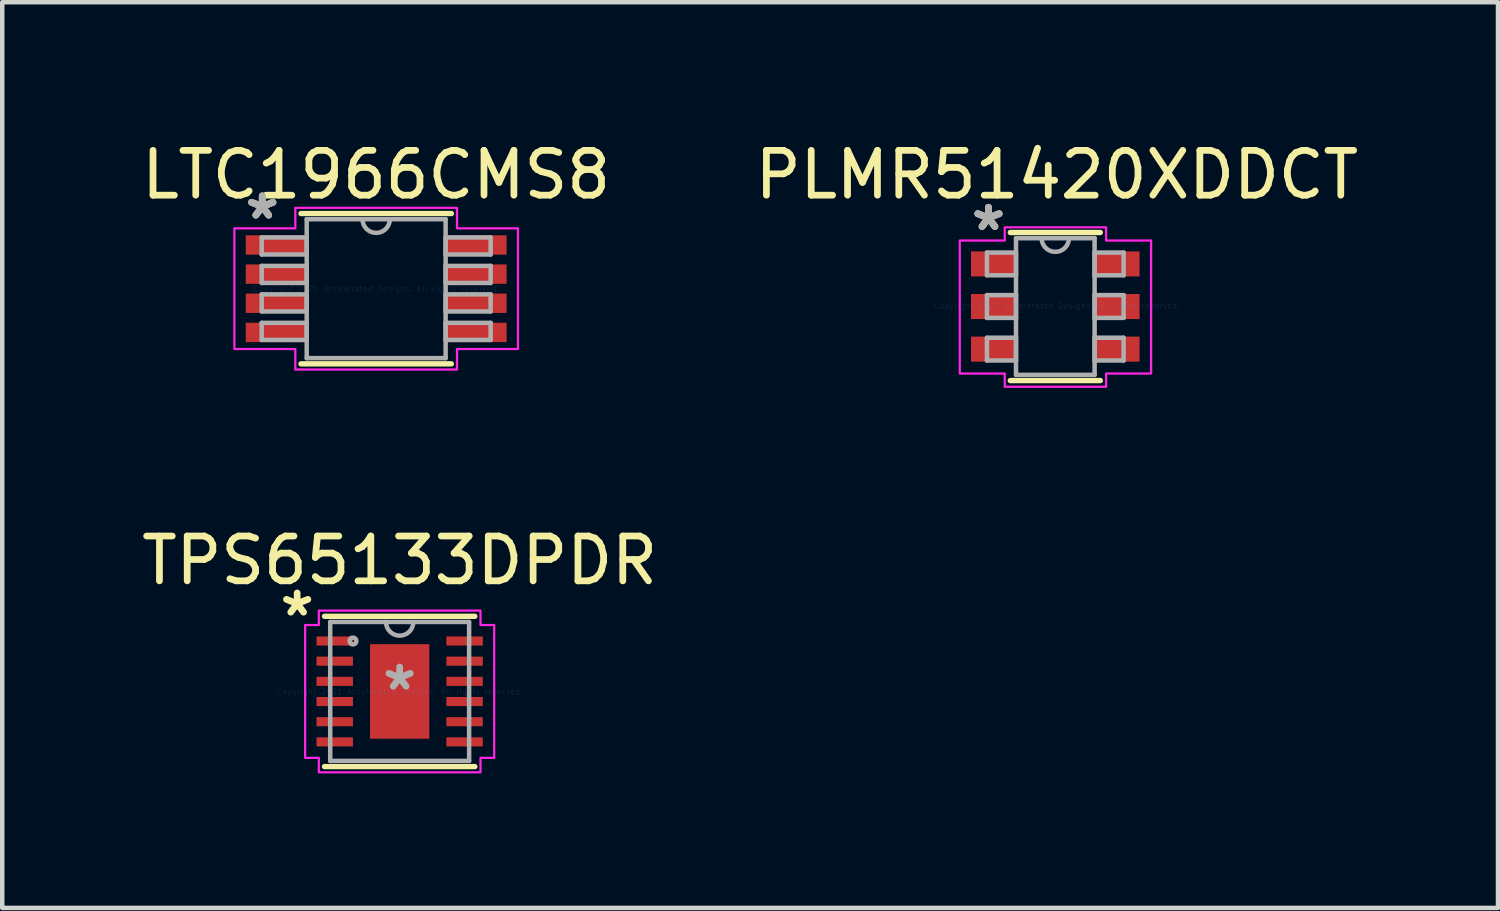
<source format=kicad_pcb>
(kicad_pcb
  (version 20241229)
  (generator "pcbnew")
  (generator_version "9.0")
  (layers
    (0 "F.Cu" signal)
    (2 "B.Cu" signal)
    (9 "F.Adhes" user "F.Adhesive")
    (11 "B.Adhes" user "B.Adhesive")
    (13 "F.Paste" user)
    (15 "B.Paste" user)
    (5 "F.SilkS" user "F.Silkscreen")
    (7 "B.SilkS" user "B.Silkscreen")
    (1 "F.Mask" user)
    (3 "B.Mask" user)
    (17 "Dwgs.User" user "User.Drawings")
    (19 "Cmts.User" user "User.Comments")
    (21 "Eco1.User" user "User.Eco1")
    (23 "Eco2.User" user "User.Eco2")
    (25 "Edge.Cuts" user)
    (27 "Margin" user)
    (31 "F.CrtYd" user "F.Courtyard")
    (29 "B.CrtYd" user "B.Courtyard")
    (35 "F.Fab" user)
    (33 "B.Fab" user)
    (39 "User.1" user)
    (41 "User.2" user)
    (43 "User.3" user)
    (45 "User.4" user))
  (footprint "TPS65133DPDR"
    (layer "F.Cu")
    (at 5.863 12.37)
    (property "Reference" "TPS65133DPDR" (at 0 -2.921 0) (layer "F.SilkS") (effects (font (size 1 1) (thickness 0.15))))
    (attr smd)
    (fp_line (start -1.676 1.676) (end 1.676 1.676) (stroke (width 0.12) (type solid)) (layer "F.SilkS"))
    (fp_line (start 1.676 -1.676) (end -1.676 -1.676) (stroke (width 0.12) (type solid)) (layer "F.SilkS"))
    (fp_poly (pts (xy 1.803 -1.481) (xy 2.108 -1.481) (xy 2.108 1.481) (xy 1.803 1.481) (xy 1.803 1.803) (xy -1.803 1.803) (xy -1.803 1.481) (xy -2.108 1.481) (xy -2.108 -1.481) (xy -1.803 -1.481) (xy -1.803 -1.803) (xy 1.803 -1.803)) (stroke (width 0.05) (type solid)) (fill no) (layer "F.CrtYd"))
    (fp_line (start -1.549 -1.549) (end -1.549 1.549) (stroke (width 0.1) (type solid)) (layer "F.Fab"))
    (fp_line (start -1.549 1.549) (end 1.549 1.549) (stroke (width 0.1) (type solid)) (layer "F.Fab"))
    (fp_line (start 1.549 -1.549) (end -1.549 -1.549) (stroke (width 0.1) (type solid)) (layer "F.Fab"))
    (fp_line (start 1.549 1.549) (end 1.549 -1.549) (stroke (width 0.1) (type solid)) (layer "F.Fab"))
    (fp_arc (start 0.3048 -1.5494) (mid 0 -1.2446) (end -0.3048 -1.5494) (stroke (width 0.1) (type solid)) (layer "F.Fab"))
    (fp_circle (center -1.041 -1.125) (end -0.965 -1.125) (stroke (width 0.1) (type solid)) (fill no) (layer "F.Fab"))
    (fp_text user "*" (at -2.286 -1.651 0) (layer "F.SilkS") (effects (font (size 1 1) (thickness 0.15))))
    (fp_text user "Copyright 2021 Accelerated Designs. All rights reserved." (at 0 0 0) (layer "Cmts.User") (effects (font (size 0.127 0.127) (thickness 0.002))))
    (fp_text user "*" (at 0 0 0) (layer "F.Fab") (effects (font (size 1 1) (thickness 0.15))))
    (pad "1" smd rect (at -1.448 -1.125) (size 0.813 0.203) (layers "F.Cu" "F.Mask" "F.Paste"))
    (pad "2" smd rect (at -1.448 -0.675) (size 0.813 0.203) (layers "F.Cu" "F.Mask" "F.Paste"))
    (pad "3" smd rect (at -1.448 -0.225) (size 0.813 0.203) (layers "F.Cu" "F.Mask" "F.Paste"))
    (pad "4" smd rect (at -1.448 0.225) (size 0.813 0.203) (layers "F.Cu" "F.Mask" "F.Paste"))
    (pad "5" smd rect (at -1.448 0.675) (size 0.813 0.203) (layers "F.Cu" "F.Mask" "F.Paste"))
    (pad "6" smd rect (at -1.448 1.125) (size 0.813 0.203) (layers "F.Cu" "F.Mask" "F.Paste"))
    (pad "7" smd rect (at 1.448 1.125) (size 0.813 0.203) (layers "F.Cu" "F.Mask" "F.Paste"))
    (pad "8" smd rect (at 1.448 0.675) (size 0.813 0.203) (layers "F.Cu" "F.Mask" "F.Paste"))
    (pad "9" smd rect (at 1.448 0.225) (size 0.813 0.203) (layers "F.Cu" "F.Mask" "F.Paste"))
    (pad "10" smd rect (at 1.448 -0.225) (size 0.813 0.203) (layers "F.Cu" "F.Mask" "F.Paste"))
    (pad "11" smd rect (at 1.448 -0.675) (size 0.813 0.203) (layers "F.Cu" "F.Mask" "F.Paste"))
    (pad "12" smd rect (at 1.448 -1.125) (size 0.813 0.203) (layers "F.Cu" "F.Mask" "F.Paste"))
    (pad "13" smd rect (at 0 0) (size 1.321 2.108) (layers "F.Cu" "F.Mask" "F.Paste")))
  (footprint "PLMR51420XDDCT"
    (layer "F.Cu")
    (at 20.518 3.769)
    (property "Reference" "PLMR51420XDDCT" (at 0 -2.921 0) (layer "F.SilkS") (effects (font (size 1 1) (thickness 0.15))))
    (attr smd)
    (fp_line (start -1.037 1.668) (end 0.97 1.668) (stroke (width 0.12) (type solid)) (layer "F.SilkS"))
    (fp_line (start 0.97 -1.634) (end -1.037 -1.634) (stroke (width 0.12) (type solid)) (layer "F.SilkS"))
    (fp_poly (pts (xy 1.1 -1.455) (xy 2.103 -1.455) (xy 2.103 1.511) (xy 1.1 1.511) (xy 1.1 1.806) (xy -1.161 1.806) (xy -1.161 1.511) (xy -2.164 1.511) (xy -2.164 -1.455) (xy -1.161 -1.455) (xy -1.161 -1.75) (xy 1.1 -1.75)) (stroke (width 0.05) (type solid)) (fill no) (layer "F.CrtYd"))
    (fp_line (start -1.558 -1.187) (end -1.558 -0.679) (stroke (width 0.1) (type solid)) (layer "F.Fab"))
    (fp_line (start -1.558 -0.679) (end -0.91 -0.679) (stroke (width 0.1) (type solid)) (layer "F.Fab"))
    (fp_line (start -1.558 -0.237) (end -1.558 0.271) (stroke (width 0.1) (type solid)) (layer "F.Fab"))
    (fp_line (start -1.558 0.271) (end -0.91 0.271) (stroke (width 0.1) (type solid)) (layer "F.Fab"))
    (fp_line (start -1.558 0.713) (end -1.558 1.221) (stroke (width 0.1) (type solid)) (layer "F.Fab"))
    (fp_line (start -1.558 1.221) (end -0.91 1.221) (stroke (width 0.1) (type solid)) (layer "F.Fab"))
    (fp_line (start -0.91 -1.507) (end -0.91 1.541) (stroke (width 0.1) (type solid)) (layer "F.Fab"))
    (fp_line (start -0.91 -1.187) (end -1.558 -1.187) (stroke (width 0.1) (type solid)) (layer "F.Fab"))
    (fp_line (start -0.91 -0.679) (end -0.91 -1.187) (stroke (width 0.1) (type solid)) (layer "F.Fab"))
    (fp_line (start -0.91 -0.237) (end -1.558 -0.237) (stroke (width 0.1) (type solid)) (layer "F.Fab"))
    (fp_line (start -0.91 0.271) (end -0.91 -0.237) (stroke (width 0.1) (type solid)) (layer "F.Fab"))
    (fp_line (start -0.91 0.713) (end -1.558 0.713) (stroke (width 0.1) (type solid)) (layer "F.Fab"))
    (fp_line (start -0.91 1.221) (end -0.91 0.713) (stroke (width 0.1) (type solid)) (layer "F.Fab"))
    (fp_line (start -0.91 1.541) (end 0.843 1.541) (stroke (width 0.1) (type solid)) (layer "F.Fab"))
    (fp_line (start 0.843 -1.507) (end -0.91 -1.507) (stroke (width 0.1) (type solid)) (layer "F.Fab"))
    (fp_line (start 0.843 -1.187) (end 0.843 -0.679) (stroke (width 0.1) (type solid)) (layer "F.Fab"))
    (fp_line (start 0.843 -0.679) (end 1.49 -0.679) (stroke (width 0.1) (type solid)) (layer "F.Fab"))
    (fp_line (start 0.843 -0.237) (end 0.843 0.271) (stroke (width 0.1) (type solid)) (layer "F.Fab"))
    (fp_line (start 0.843 0.271) (end 1.49 0.271) (stroke (width 0.1) (type solid)) (layer "F.Fab"))
    (fp_line (start 0.843 0.713) (end 0.843 1.221) (stroke (width 0.1) (type solid)) (layer "F.Fab"))
    (fp_line (start 0.843 1.221) (end 1.49 1.221) (stroke (width 0.1) (type solid)) (layer "F.Fab"))
    (fp_line (start 0.843 1.541) (end 0.843 -1.507) (stroke (width 0.1) (type solid)) (layer "F.Fab"))
    (fp_line (start 1.49 -1.187) (end 0.843 -1.187) (stroke (width 0.1) (type solid)) (layer "F.Fab"))
    (fp_line (start 1.49 -0.679) (end 1.49 -1.187) (stroke (width 0.1) (type solid)) (layer "F.Fab"))
    (fp_line (start 1.49 -0.237) (end 0.843 -0.237) (stroke (width 0.1) (type solid)) (layer "F.Fab"))
    (fp_line (start 1.49 0.271) (end 1.49 -0.237) (stroke (width 0.1) (type solid)) (layer "F.Fab"))
    (fp_line (start 1.49 0.713) (end 0.843 0.713) (stroke (width 0.1) (type solid)) (layer "F.Fab"))
    (fp_line (start 1.49 1.221) (end 1.49 0.713) (stroke (width 0.1) (type solid)) (layer "F.Fab"))
    (fp_arc (start 0.2712 -1.5074) (mid -0.0336 -1.2026) (end -0.3384 -1.5074) (stroke (width 0.1) (type solid)) (layer "F.Fab"))
    (fp_text user "*" (at -1.524 -1.651 0) (layer "F.SilkS") (effects (font (size 1 1) (thickness 0.15))))
    (fp_text user "Copyright 2021 Accelerated Designs. All rights reserved." (at 0 0 0) (layer "Cmts.User") (effects (font (size 0.127 0.127) (thickness 0.002))))
    (fp_text user "*" (at -1.524 -1.651 0) (layer "F.Fab") (effects (font (size 1 1) (thickness 0.15))))
    (fp_text user "*" (at -1.524 -1.651 0) (layer "F.Fab") (effects (font (size 1 1) (thickness 0.15))))
    (pad "1" smd rect (at -1.412 -0.933) (size 1.003 0.559) (layers "F.Cu" "F.Mask" "F.Paste"))
    (pad "2" smd rect (at -1.412 0.017) (size 1.003 0.559) (layers "F.Cu" "F.Mask" "F.Paste"))
    (pad "3" smd rect (at -1.412 0.967) (size 1.003 0.559) (layers "F.Cu" "F.Mask" "F.Paste"))
    (pad "4" smd rect (at 1.344 0.967) (size 1.003 0.559) (layers "F.Cu" "F.Mask" "F.Paste"))
    (pad "5" smd rect (at 1.344 0.017) (size 1.003 0.559) (layers "F.Cu" "F.Mask" "F.Paste"))
    (pad "6" smd rect (at 1.344 -0.933) (size 1.003 0.559) (layers "F.Cu" "F.Mask" "F.Paste")))
  (footprint "LTC1966CMS8"
    (layer "F.Cu")
    (at 5.339 3.388)
    (property "Reference" "LTC1966CMS8" (at 0 -2.54 0) (layer "F.SilkS") (effects (font (size 1 1) (thickness 0.15))))
    (attr smd)
    (fp_line (start -1.676 1.676) (end 1.676 1.676) (stroke (width 0.12) (type solid)) (layer "F.SilkS"))
    (fp_line (start 1.676 -1.676) (end -1.676 -1.676) (stroke (width 0.12) (type solid)) (layer "F.SilkS"))
    (fp_poly (pts (xy 1.803 -1.346) (xy 3.162 -1.346) (xy 3.162 1.346) (xy 1.803 1.346) (xy 1.803 1.803) (xy -1.803 1.803) (xy -1.803 1.346) (xy -3.162 1.346) (xy -3.162 -1.346) (xy -1.803 -1.346) (xy -1.803 -1.803) (xy 1.803 -1.803)) (stroke (width 0.05) (type solid)) (fill no) (layer "F.CrtYd"))
    (fp_line (start -2.553 -1.143) (end -2.553 -0.762) (stroke (width 0.1) (type solid)) (layer "F.Fab"))
    (fp_line (start -2.553 -0.762) (end -1.549 -0.762) (stroke (width 0.1) (type solid)) (layer "F.Fab"))
    (fp_line (start -2.553 -0.508) (end -2.553 -0.127) (stroke (width 0.1) (type solid)) (layer "F.Fab"))
    (fp_line (start -2.553 -0.127) (end -1.549 -0.127) (stroke (width 0.1) (type solid)) (layer "F.Fab"))
    (fp_line (start -2.553 0.127) (end -2.553 0.508) (stroke (width 0.1) (type solid)) (layer "F.Fab"))
    (fp_line (start -2.553 0.508) (end -1.549 0.508) (stroke (width 0.1) (type solid)) (layer "F.Fab"))
    (fp_line (start -2.553 0.762) (end -2.553 1.143) (stroke (width 0.1) (type solid)) (layer "F.Fab"))
    (fp_line (start -2.553 1.143) (end -1.549 1.143) (stroke (width 0.1) (type solid)) (layer "F.Fab"))
    (fp_line (start -1.549 -1.549) (end -1.549 1.549) (stroke (width 0.1) (type solid)) (layer "F.Fab"))
    (fp_line (start -1.549 -1.143) (end -2.553 -1.143) (stroke (width 0.1) (type solid)) (layer "F.Fab"))
    (fp_line (start -1.549 -0.762) (end -1.549 -1.143) (stroke (width 0.1) (type solid)) (layer "F.Fab"))
    (fp_line (start -1.549 -0.508) (end -2.553 -0.508) (stroke (width 0.1) (type solid)) (layer "F.Fab"))
    (fp_line (start -1.549 -0.127) (end -1.549 -0.508) (stroke (width 0.1) (type solid)) (layer "F.Fab"))
    (fp_line (start -1.549 0.127) (end -2.553 0.127) (stroke (width 0.1) (type solid)) (layer "F.Fab"))
    (fp_line (start -1.549 0.508) (end -1.549 0.127) (stroke (width 0.1) (type solid)) (layer "F.Fab"))
    (fp_line (start -1.549 0.762) (end -2.553 0.762) (stroke (width 0.1) (type solid)) (layer "F.Fab"))
    (fp_line (start -1.549 1.143) (end -1.549 0.762) (stroke (width 0.1) (type solid)) (layer "F.Fab"))
    (fp_line (start -1.549 1.549) (end 1.549 1.549) (stroke (width 0.1) (type solid)) (layer "F.Fab"))
    (fp_line (start 1.549 -1.549) (end -1.549 -1.549) (stroke (width 0.1) (type solid)) (layer "F.Fab"))
    (fp_line (start 1.549 -1.143) (end 1.549 -0.762) (stroke (width 0.1) (type solid)) (layer "F.Fab"))
    (fp_line (start 1.549 -0.762) (end 2.553 -0.762) (stroke (width 0.1) (type solid)) (layer "F.Fab"))
    (fp_line (start 1.549 -0.508) (end 1.549 -0.127) (stroke (width 0.1) (type solid)) (layer "F.Fab"))
    (fp_line (start 1.549 -0.127) (end 2.553 -0.127) (stroke (width 0.1) (type solid)) (layer "F.Fab"))
    (fp_line (start 1.549 0.127) (end 1.549 0.508) (stroke (width 0.1) (type solid)) (layer "F.Fab"))
    (fp_line (start 1.549 0.508) (end 2.553 0.508) (stroke (width 0.1) (type solid)) (layer "F.Fab"))
    (fp_line (start 1.549 0.762) (end 1.549 1.143) (stroke (width 0.1) (type solid)) (layer "F.Fab"))
    (fp_line (start 1.549 1.143) (end 2.553 1.143) (stroke (width 0.1) (type solid)) (layer "F.Fab"))
    (fp_line (start 1.549 1.549) (end 1.549 -1.549) (stroke (width 0.1) (type solid)) (layer "F.Fab"))
    (fp_line (start 2.553 -1.143) (end 1.549 -1.143) (stroke (width 0.1) (type solid)) (layer "F.Fab"))
    (fp_line (start 2.553 -0.762) (end 2.553 -1.143) (stroke (width 0.1) (type solid)) (layer "F.Fab"))
    (fp_line (start 2.553 -0.508) (end 1.549 -0.508) (stroke (width 0.1) (type solid)) (layer "F.Fab"))
    (fp_line (start 2.553 -0.127) (end 2.553 -0.508) (stroke (width 0.1) (type solid)) (layer "F.Fab"))
    (fp_line (start 2.553 0.127) (end 1.549 0.127) (stroke (width 0.1) (type solid)) (layer "F.Fab"))
    (fp_line (start 2.553 0.508) (end 2.553 0.127) (stroke (width 0.1) (type solid)) (layer "F.Fab"))
    (fp_line (start 2.553 0.762) (end 1.549 0.762) (stroke (width 0.1) (type solid)) (layer "F.Fab"))
    (fp_line (start 2.553 1.143) (end 2.553 0.762) (stroke (width 0.1) (type solid)) (layer "F.Fab"))
    (fp_arc (start 0.3048 -1.5494) (mid 0 -1.2446) (end -0.3048 -1.5494) (stroke (width 0.1) (type solid)) (layer "F.Fab"))
    (fp_text user "*" (at -2.54 -1.524 0) (layer "F.SilkS") (effects (font (size 1 1) (thickness 0.15))))
    (fp_text user "Copyright 2021 Accelerated Designs. All rights reserved." (at 0 0 0) (layer "Cmts.User") (effects (font (size 0.127 0.127) (thickness 0.002))))
    (fp_text user "*" (at -2.54 -1.524 0) (layer "F.Fab") (effects (font (size 1 1) (thickness 0.15))))
    (fp_text user "*" (at -2.54 -1.524 0) (layer "F.Fab") (effects (font (size 1 1) (thickness 0.15))))
    (pad "1" smd rect (at -2.21 -0.975) (size 1.397 0.432) (layers "F.Cu" "F.Mask" "F.Paste"))
    (pad "2" smd rect (at -2.21 -0.325) (size 1.397 0.432) (layers "F.Cu" "F.Mask" "F.Paste"))
    (pad "3" smd rect (at -2.21 0.325) (size 1.397 0.432) (layers "F.Cu" "F.Mask" "F.Paste"))
    (pad "4" smd rect (at -2.21 0.975) (size 1.397 0.432) (layers "F.Cu" "F.Mask" "F.Paste"))
    (pad "5" smd rect (at 2.21 0.975) (size 1.397 0.432) (layers "F.Cu" "F.Mask" "F.Paste"))
    (pad "6" smd rect (at 2.21 0.325) (size 1.397 0.432) (layers "F.Cu" "F.Mask" "F.Paste"))
    (pad "7" smd rect (at 2.21 -0.325) (size 1.397 0.432) (layers "F.Cu" "F.Mask" "F.Paste"))
    (pad "8" smd rect (at 2.21 -0.975) (size 1.397 0.432) (layers "F.Cu" "F.Mask" "F.Paste")))
  (gr_rect
    (start -3 -3)
    (end 30.357 17.198)
    (stroke (width 0.1) (type default))
    (fill no)
    (layer "Edge.Cuts")))
</source>
